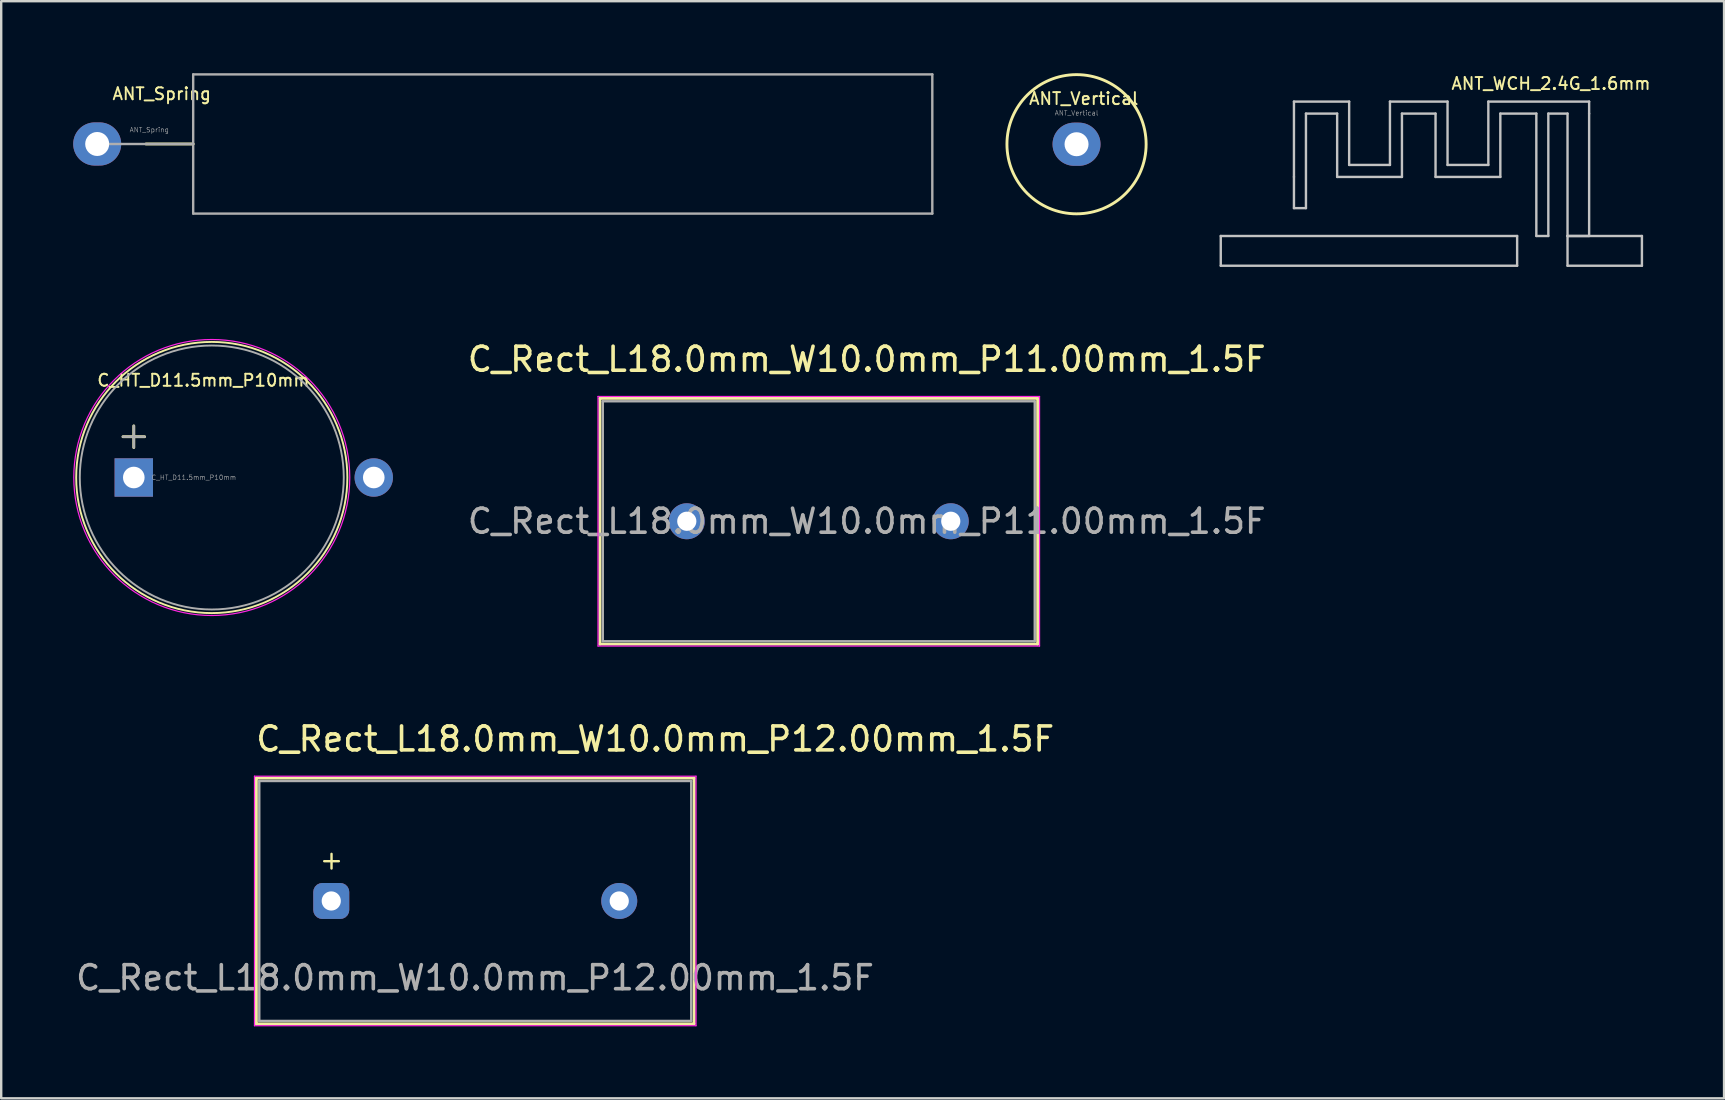
<source format=kicad_pcb>
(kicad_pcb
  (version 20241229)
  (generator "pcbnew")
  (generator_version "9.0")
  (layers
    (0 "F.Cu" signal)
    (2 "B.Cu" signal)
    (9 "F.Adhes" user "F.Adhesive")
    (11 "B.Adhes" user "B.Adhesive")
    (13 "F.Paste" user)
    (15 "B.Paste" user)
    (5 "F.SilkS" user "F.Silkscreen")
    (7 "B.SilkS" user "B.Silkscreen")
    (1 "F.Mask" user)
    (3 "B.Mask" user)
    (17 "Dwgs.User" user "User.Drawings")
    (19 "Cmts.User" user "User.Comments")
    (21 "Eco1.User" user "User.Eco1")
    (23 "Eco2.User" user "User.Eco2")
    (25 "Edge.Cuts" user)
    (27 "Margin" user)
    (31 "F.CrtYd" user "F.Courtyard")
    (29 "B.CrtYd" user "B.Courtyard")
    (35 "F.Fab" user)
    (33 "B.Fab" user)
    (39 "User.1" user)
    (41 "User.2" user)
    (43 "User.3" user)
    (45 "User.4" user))
  (footprint "C_HT_D11.5mm_P10mm"
    (layer "F.Cu")
    (at 2.525 16.848)
    (property "Reference" "C_HT_D11.5mm_P10mm" (at 2.9 -4.05 0) (layer "F.SilkS") (effects (font (size 0.5 0.5) (thickness 0.08))))
    (attr through_hole)
    (fp_line (start -0.45 -1.7) (end 0.45 -1.7) (stroke (width 0.12) (type solid)) (layer "F.SilkS"))
    (fp_line (start 0 -2.15) (end 0 -1.25) (stroke (width 0.12) (type solid)) (layer "F.SilkS"))
    (fp_circle (center 3.25 0) (end 8.9 0) (stroke (width 0.08) (type solid)) (fill no) (layer "F.SilkS"))
    (fp_circle (center 3.25 0) (end 9 0) (stroke (width 0.05) (type solid)) (fill no) (layer "F.CrtYd"))
    (fp_line (start -0.45 -1.7) (end 0.45 -1.7) (stroke (width 0.1) (type solid)) (layer "F.Fab"))
    (fp_line (start 0 -2.15) (end 0 -1.25) (stroke (width 0.1) (type solid)) (layer "F.Fab"))
    (fp_circle (center 3.25 0) (end 8.75 0) (stroke (width 0.08) (type solid)) (fill no) (layer "F.Fab"))
    (fp_text user "${REFERENCE}" (at 2.5 0 0) (layer "F.Fab") (effects (font (size 0.2 0.2) (thickness 0.02))))
    (pad "1" thru_hole rect (at 0 0) (size 1.6 1.6) (drill 0.9) (layers "*.Cu" "*.Mask"))
    (pad "2" thru_hole circle (at 10 0) (size 1.6 1.6) (drill 0.9) (layers "*.Cu" "*.Mask")))
  (footprint "C_Rect_L18.0mm_W10.0mm_P11.00mm_1.5F"
    (layer "F.Cu")
    (at 25.569 18.671)
    (property "Reference" "C_Rect_L18.0mm_W10.0mm_P11.00mm_1.5F" (at 7.5 -6.75 0) (layer "F.SilkS") (effects (font (size 1 1) (thickness 0.15))))
    (attr through_hole)
    (fp_line (start -3.62 -5.12) (end -3.62 5.12) (stroke (width 0.12) (type solid)) (layer "F.SilkS"))
    (fp_line (start -3.62 -5.12) (end 14.62 -5.12) (stroke (width 0.12) (type solid)) (layer "F.SilkS"))
    (fp_line (start -3.62 5.12) (end 14.62 5.12) (stroke (width 0.12) (type solid)) (layer "F.SilkS"))
    (fp_line (start 14.62 -5.12) (end 14.62 5.12) (stroke (width 0.12) (type solid)) (layer "F.SilkS"))
    (fp_line (start -3.7 -5.2) (end -3.7 5.2) (stroke (width 0.05) (type solid)) (layer "F.CrtYd"))
    (fp_line (start -3.7 5.2) (end 14.7 5.2) (stroke (width 0.05) (type solid)) (layer "F.CrtYd"))
    (fp_line (start 14.7 -5.2) (end -3.7 -5.2) (stroke (width 0.05) (type solid)) (layer "F.CrtYd"))
    (fp_line (start 14.7 5.2) (end 14.7 -5.2) (stroke (width 0.05) (type solid)) (layer "F.CrtYd"))
    (fp_line (start -3.5 -5) (end -3.5 5) (stroke (width 0.1) (type solid)) (layer "F.Fab"))
    (fp_line (start -3.5 5) (end 14.5 5) (stroke (width 0.1) (type solid)) (layer "F.Fab"))
    (fp_line (start 14.5 -5) (end -3.5 -5) (stroke (width 0.1) (type solid)) (layer "F.Fab"))
    (fp_line (start 14.5 5) (end 14.5 -5) (stroke (width 0.1) (type solid)) (layer "F.Fab"))
    (fp_text user "${REFERENCE}" (at 7.5 0 0) (layer "F.Fab") (effects (font (size 1 1) (thickness 0.15))))
    (pad "1" thru_hole circle (at 0 0) (size 1.5 1.5) (drill 0.8) (layers "*.Cu" "*.Mask"))
    (pad "2" thru_hole circle (at 11 0) (size 1.5 1.5) (drill 0.8) (layers "*.Cu" "*.Mask")))
  (footprint "ANT_WCH_2.4G_1.6mm"
    (layer "F.Cu")
    (at 61.22 6.783)
    (property "Reference" "ANT_WCH_2.4G_1.6mm" (at 0.36 -6.35 0) (layer "F.SilkS") (effects (font (size 0.5 0.5) (thickness 0.08))))
    (attr through_hole)
    (fp_line (start -13.4 0) (end -13.4 1.24) (stroke (width 0.1) (type solid)) (layer "Dwgs.User"))
    (fp_line (start -10.35 -5.6) (end -10.35 -2.462) (stroke (width 0.1) (type solid)) (layer "Dwgs.User"))
    (fp_line (start -10.35 -2.462) (end -10.35 -1.16) (stroke (width 0.1) (type solid)) (layer "Dwgs.User"))
    (fp_line (start -9.85 -5.1) (end -9.85 -1.16) (stroke (width 0.1) (type solid)) (layer "Dwgs.User"))
    (fp_line (start -9.85 -1.16) (end -10.35 -1.16) (stroke (width 0.1) (type solid)) (layer "Dwgs.User"))
    (fp_line (start -8.55 -5.1) (end -9.85 -5.1) (stroke (width 0.1) (type solid)) (layer "Dwgs.User"))
    (fp_line (start -8.55 -5.1) (end -8.55 -2.46) (stroke (width 0.1) (type solid)) (layer "Dwgs.User"))
    (fp_line (start -8.05 -5.6) (end -8.05 -2.96) (stroke (width 0.1) (type solid)) (layer "Dwgs.User"))
    (fp_line (start -8.05 -5.6) (end -10.35 -5.6) (stroke (width 0.1) (type solid)) (layer "Dwgs.User"))
    (fp_line (start -6.35 -5.6) (end -6.35 -2.96) (stroke (width 0.1) (type solid)) (layer "Dwgs.User"))
    (fp_line (start -6.35 -2.96) (end -8.05 -2.96) (stroke (width 0.1) (type solid)) (layer "Dwgs.User"))
    (fp_line (start -5.85 -5.1) (end -5.85 -2.46) (stroke (width 0.1) (type solid)) (layer "Dwgs.User"))
    (fp_line (start -5.85 -2.46) (end -8.55 -2.46) (stroke (width 0.1) (type solid)) (layer "Dwgs.User"))
    (fp_line (start -4.45 -5.1) (end -5.85 -5.1) (stroke (width 0.1) (type solid)) (layer "Dwgs.User"))
    (fp_line (start -4.45 -5.1) (end -4.45 -2.46) (stroke (width 0.1) (type solid)) (layer "Dwgs.User"))
    (fp_line (start -3.95 -5.6) (end -6.35 -5.6) (stroke (width 0.1) (type solid)) (layer "Dwgs.User"))
    (fp_line (start -3.95 -5.6) (end -3.95 -2.96) (stroke (width 0.1) (type solid)) (layer "Dwgs.User"))
    (fp_line (start -2.25 -5.6) (end -2.25 -2.96) (stroke (width 0.1) (type solid)) (layer "Dwgs.User"))
    (fp_line (start -2.25 -2.96) (end -3.95 -2.96) (stroke (width 0.1) (type solid)) (layer "Dwgs.User"))
    (fp_line (start -1.75 -5.1) (end -1.75 -2.46) (stroke (width 0.1) (type solid)) (layer "Dwgs.User"))
    (fp_line (start -1.75 -2.46) (end -4.45 -2.46) (stroke (width 0.1) (type solid)) (layer "Dwgs.User"))
    (fp_line (start -1.05 0) (end -13.4 0) (stroke (width 0.1) (type solid)) (layer "Dwgs.User"))
    (fp_line (start -1.05 0) (end -1.05 1.24) (stroke (width 0.1) (type solid)) (layer "Dwgs.User"))
    (fp_line (start -1.05 1.24) (end -13.4 1.24) (stroke (width 0.1) (type solid)) (layer "Dwgs.User"))
    (fp_line (start -0.25 -5.1) (end -0.25 0) (stroke (width 0.1) (type solid)) (layer "Dwgs.User"))
    (fp_line (start -0.25 -5.1) (end -1.75 -5.1) (stroke (width 0.1) (type solid)) (layer "Dwgs.User"))
    (fp_line (start 0.25 0) (end -0.25 0) (stroke (width 0.1) (type solid)) (layer "Dwgs.User"))
    (fp_line (start 0.25 0) (end 0.25 -5.1) (stroke (width 0.1) (type solid)) (layer "Dwgs.User"))
    (fp_line (start 1.05 -5.1) (end 0.25 -5.1) (stroke (width 0.1) (type solid)) (layer "Dwgs.User"))
    (fp_line (start 1.05 0) (end 1.05 -5.1) (stroke (width 0.1) (type solid)) (layer "Dwgs.User"))
    (fp_line (start 1.05 0) (end 1.05 1.24) (stroke (width 0.1) (type solid)) (layer "Dwgs.User"))
    (fp_line (start 1.05 0) (end 1.95 0) (stroke (width 0.1) (type solid)) (layer "Dwgs.User"))
    (fp_line (start 1.05 0) (end 4.15 0) (stroke (width 0.1) (type solid)) (layer "Dwgs.User"))
    (fp_line (start 1.05 1.24) (end 4.15 1.24) (stroke (width 0.1) (type solid)) (layer "Dwgs.User"))
    (fp_line (start 1.95 -5.6) (end -2.25 -5.6) (stroke (width 0.1) (type solid)) (layer "Dwgs.User"))
    (fp_line (start 1.95 -5.1) (end 1.95 -5.6) (stroke (width 0.1) (type solid)) (layer "Dwgs.User"))
    (fp_line (start 1.95 0) (end 1.95 -5.1) (stroke (width 0.1) (type solid)) (layer "Dwgs.User"))
    (fp_line (start 4.15 0) (end 4.15 1.24) (stroke (width 0.1) (type solid)) (layer "Dwgs.User")))
  (footprint "C_Rect_L18.0mm_W10.0mm_P12.00mm_1.5F"
    (layer "F.Cu")
    (at 16.754 34.494)
    (property "Reference" "C_Rect_L18.0mm_W10.0mm_P12.00mm_1.5F" (at 7.5 -6.75 0) (layer "F.SilkS") (effects (font (size 1 1) (thickness 0.15))))
    (attr through_hole)
    (fp_line (start -9.12 -5.12) (end -9.12 5.12) (stroke (width 0.12) (type solid)) (layer "F.SilkS"))
    (fp_line (start -9.12 -5.12) (end 9.12 -5.12) (stroke (width 0.12) (type solid)) (layer "F.SilkS"))
    (fp_line (start -9.12 5.12) (end 9.12 5.12) (stroke (width 0.12) (type solid)) (layer "F.SilkS"))
    (fp_line (start 9.12 -5.12) (end 9.12 5.12) (stroke (width 0.12) (type solid)) (layer "F.SilkS"))
    (fp_line (start -9.2 -5.2) (end -9.2 5.2) (stroke (width 0.05) (type solid)) (layer "F.CrtYd"))
    (fp_line (start -9.2 5.2) (end 9.2 5.2) (stroke (width 0.05) (type solid)) (layer "F.CrtYd"))
    (fp_line (start 9.2 -5.2) (end -9.2 -5.2) (stroke (width 0.05) (type solid)) (layer "F.CrtYd"))
    (fp_line (start 9.2 5.2) (end 9.2 -5.2) (stroke (width 0.05) (type solid)) (layer "F.CrtYd"))
    (fp_line (start -9 -5) (end -9 5) (stroke (width 0.1) (type solid)) (layer "F.Fab"))
    (fp_line (start -9 5) (end 9 5) (stroke (width 0.1) (type solid)) (layer "F.Fab"))
    (fp_line (start 9 -5) (end -9 -5) (stroke (width 0.1) (type solid)) (layer "F.Fab"))
    (fp_line (start 9 5) (end 9 -5) (stroke (width 0.1) (type solid)) (layer "F.Fab"))
    (fp_text user "+" (at -6.55 -1.25 0) (unlocked yes) (layer "F.SilkS") (effects (font (size 0.8 0.8) (thickness 0.1)) (justify left bottom)))
    (fp_text user "${REFERENCE}" (at -0.01 3.2 0) (layer "F.Fab") (effects (font (size 1 1) (thickness 0.15))))
    (pad "1" thru_hole roundrect (at -6 0) (size 1.5 1.5) (drill 0.8) (layers "*.Cu" "*.Mask") (roundrect_rratio 0.25))
    (pad "2" thru_hole circle (at 6 0) (size 1.5 1.5) (drill 0.8) (layers "*.Cu" "*.Mask")))
  (footprint "ANT_Spring"
    (layer "F.Cu")
    (at 1 2.95)
    (property "Reference" "ANT_Spring" (at 2.69 -2.09 0) (layer "F.SilkS") (effects (font (size 0.5 0.5) (thickness 0.08))))
    (attr through_hole)
    (fp_line (start 2.032 0) (end 4 0) (stroke (width 0.12) (type solid)) (layer "F.SilkS"))
    (fp_line (start 0 0) (end 4 0) (stroke (width 0.1) (type solid)) (layer "F.Fab"))
    (fp_line (start 4 -2.9) (end 34.8 -2.9) (stroke (width 0.1) (type solid)) (layer "F.Fab"))
    (fp_line (start 4 2.9) (end 4 -2.9) (stroke (width 0.1) (type solid)) (layer "F.Fab"))
    (fp_line (start 4 2.9) (end 34.8 2.9) (stroke (width 0.1) (type solid)) (layer "F.Fab"))
    (fp_line (start 34.8 2.9) (end 34.8 -2.9) (stroke (width 0.1) (type solid)) (layer "F.Fab"))
    (fp_text user "${REFERENCE}" (at 2.17 -0.59 0) (layer "F.Fab") (effects (font (size 0.2 0.2) (thickness 0.02))))
    (pad "1" thru_hole oval (at 0 0) (size 2 1.8) (drill 1) (layers "*.Cu" "*.Mask")))
  (footprint "ANT_Vertical"
    (layer "F.Cu")
    (at 41.81 2.96)
    (property "Reference" "ANT_Vertical" (at 0.3 -1.9 0) (layer "F.SilkS") (effects (font (size 0.5 0.5) (thickness 0.08))))
    (attr through_hole)
    (fp_circle (center 0 0) (end 2.9 0) (stroke (width 0.12) (type solid)) (fill no) (layer "F.SilkS"))
    (fp_text user "${REFERENCE}" (at 0 -1.3 0) (layer "F.Fab") (effects (font (size 0.2 0.2) (thickness 0.02))))
    (pad "1" thru_hole oval (at 0 0) (size 2 1.8) (drill 1) (layers "*.Cu" "*.Mask")))
  (gr_rect
    (start -3 -3)
    (end 68.793 42.719)
    (stroke (width 0.1) (type default))
    (fill no)
    (layer "Edge.Cuts")))
</source>
